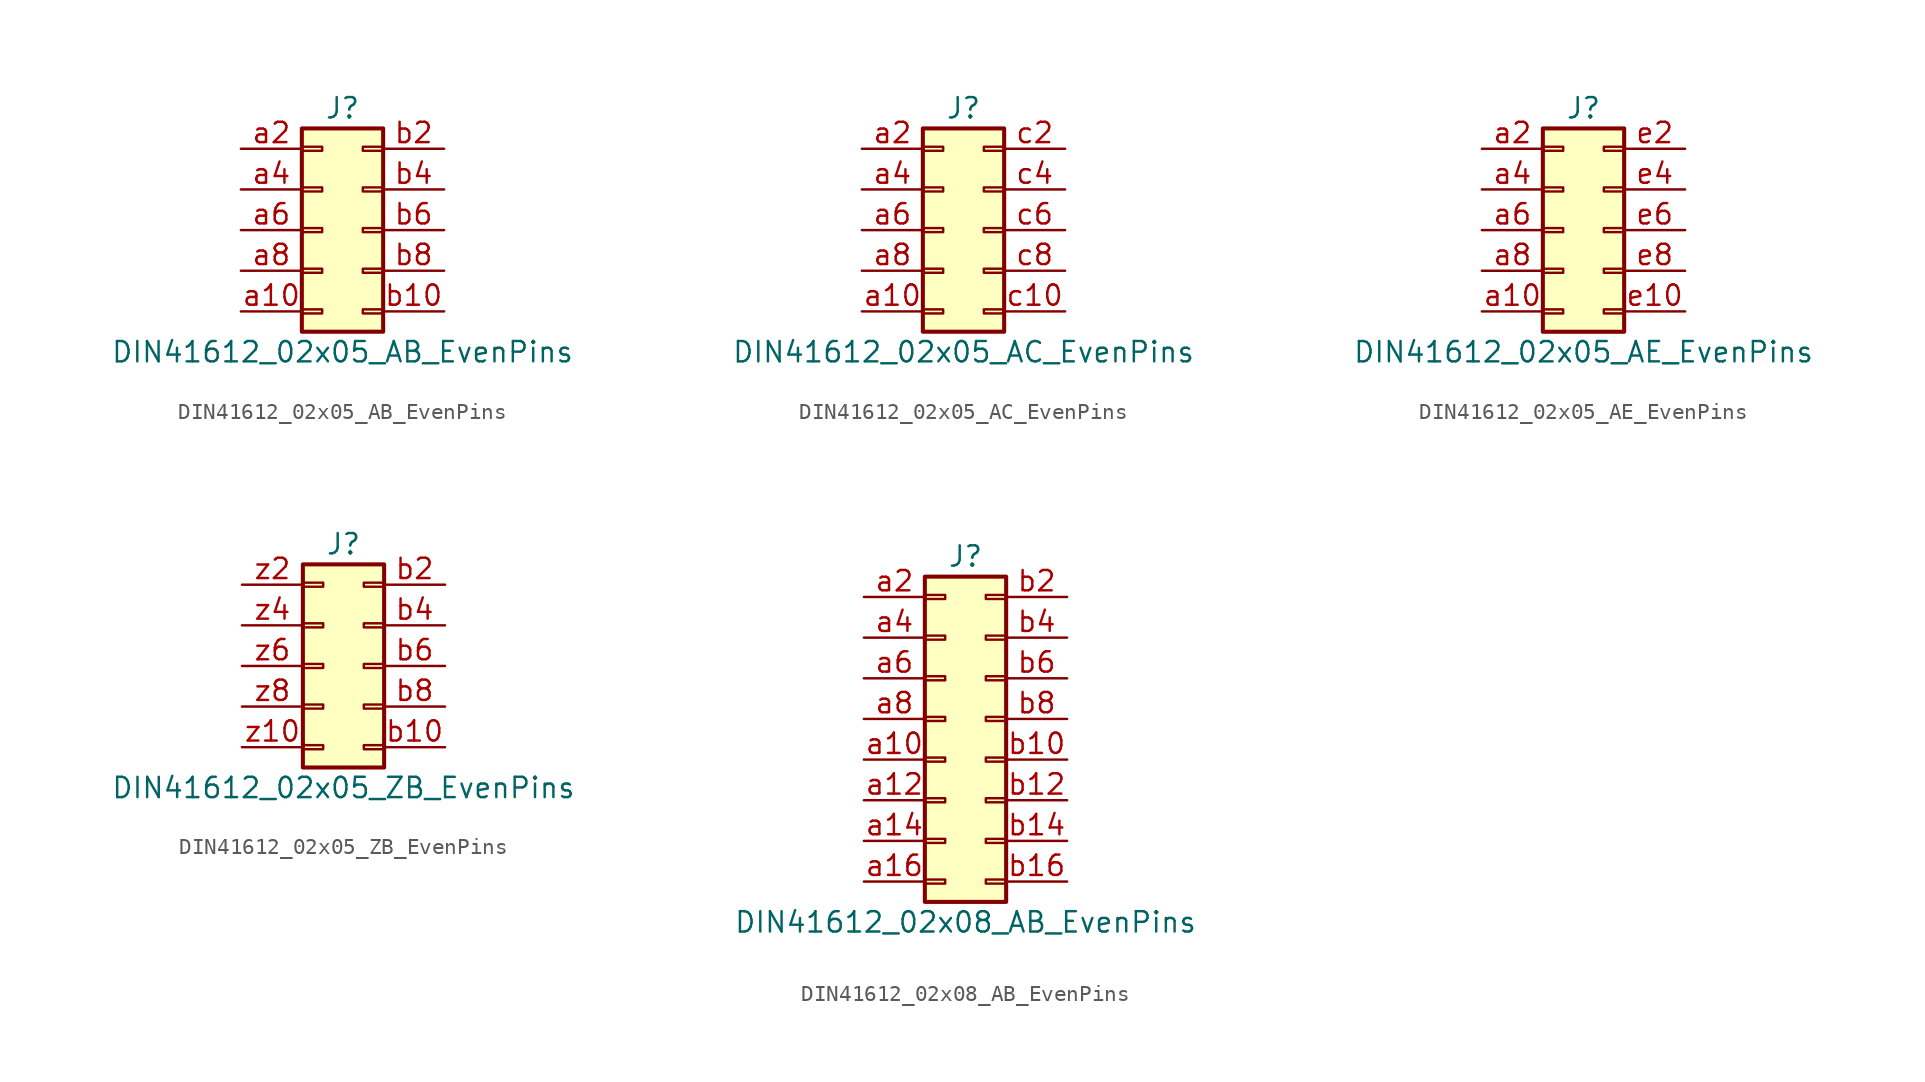
<source format=kicad_sym>
(kicad_symbol_lib
  (version 20201005)
  (generator kicad_symbol_editor)
  (symbol "Connector:DIN41612_02x05_AB_EvenPins"
    (pin_names
      (offset 1.016) hide)
    (property "Reference" "J"
      (at 1.27 7.62 0)
      (effects (font (size 1.27 1.27))))
    (property "Value" "DIN41612_02x05_AB_EvenPins"
      (at 1.27 -7.62 0)
      (effects (font (size 1.27 1.27))))
    (symbol "DIN41612_02x05_AB_EvenPins_1_1"
      (rectangle (start -1.27 -4.953) (end 0 -5.207) (stroke (width 0.152)) (fill (type none)))
      (rectangle (start -1.27 -2.413) (end 0 -2.667) (stroke (width 0.152)) (fill (type none)))
      (rectangle (start -1.27 0.127) (end 0 -0.127) (stroke (width 0.152)) (fill (type none)))
      (rectangle (start -1.27 2.667) (end 0 2.413) (stroke (width 0.152)) (fill (type none)))
      (rectangle (start -1.27 5.207) (end 0 4.953) (stroke (width 0.152)) (fill (type none)))
      (rectangle (start 3.81 -4.953) (end 2.54 -5.207) (stroke (width 0.152)) (fill (type none)))
      (rectangle (start 3.81 -2.413) (end 2.54 -2.667) (stroke (width 0.152)) (fill (type none)))
      (rectangle (start 3.81 0.127) (end 2.54 -0.127) (stroke (width 0.152)) (fill (type none)))
      (rectangle (start 3.81 2.667) (end 2.54 2.413) (stroke (width 0.152)) (fill (type none)))
      (rectangle (start 3.81 5.207) (end 2.54 4.953) (stroke (width 0.152)) (fill (type none)))
      (rectangle (start -1.27 6.35) (end 3.81 -6.35) (stroke (width 0.254)) (fill (type background)))
      (pin passive line (at -5.08 -5.08 0) (length 3.81) (name "Pin_a10" (effects (font (size 1.27 1.27)))) (number "a10" (effects (font (size 1.27 1.27)))))
      (pin passive line (at -5.08 5.08 0) (length 3.81) (name "Pin_a2" (effects (font (size 1.27 1.27)))) (number "a2" (effects (font (size 1.27 1.27)))))
      (pin passive line (at -5.08 2.54 0) (length 3.81) (name "Pin_a4" (effects (font (size 1.27 1.27)))) (number "a4" (effects (font (size 1.27 1.27)))))
      (pin passive line (at -5.08 0 0) (length 3.81) (name "Pin_a6" (effects (font (size 1.27 1.27)))) (number "a6" (effects (font (size 1.27 1.27)))))
      (pin passive line (at -5.08 -2.54 0) (length 3.81) (name "Pin_a8" (effects (font (size 1.27 1.27)))) (number "a8" (effects (font (size 1.27 1.27)))))
      (pin passive line (at 7.62 -5.08 180) (length 3.81) (name "Pin_b10" (effects (font (size 1.27 1.27)))) (number "b10" (effects (font (size 1.27 1.27)))))
      (pin passive line (at 7.62 5.08 180) (length 3.81) (name "Pin_b2" (effects (font (size 1.27 1.27)))) (number "b2" (effects (font (size 1.27 1.27)))))
      (pin passive line (at 7.62 2.54 180) (length 3.81) (name "Pin_b4" (effects (font (size 1.27 1.27)))) (number "b4" (effects (font (size 1.27 1.27)))))
      (pin passive line (at 7.62 0 180) (length 3.81) (name "Pin_b6" (effects (font (size 1.27 1.27)))) (number "b6" (effects (font (size 1.27 1.27)))))
      (pin passive line (at 7.62 -2.54 180) (length 3.81) (name "Pin_b8" (effects (font (size 1.27 1.27)))) (number "b8" (effects (font (size 1.27 1.27)))))))
  (symbol "Connector:DIN41612_02x05_AC_EvenPins"
    (pin_names
      (offset 1.016) hide)
    (property "Reference" "J"
      (at 1.27 7.62 0)
      (effects (font (size 1.27 1.27))))
    (property "Value" "DIN41612_02x05_AC_EvenPins"
      (at 1.27 -7.62 0)
      (effects (font (size 1.27 1.27))))
    (symbol "DIN41612_02x05_AC_EvenPins_1_1"
      (rectangle (start -1.27 -4.953) (end 0 -5.207) (stroke (width 0.152)) (fill (type none)))
      (rectangle (start -1.27 -2.413) (end 0 -2.667) (stroke (width 0.152)) (fill (type none)))
      (rectangle (start -1.27 0.127) (end 0 -0.127) (stroke (width 0.152)) (fill (type none)))
      (rectangle (start -1.27 2.667) (end 0 2.413) (stroke (width 0.152)) (fill (type none)))
      (rectangle (start -1.27 5.207) (end 0 4.953) (stroke (width 0.152)) (fill (type none)))
      (rectangle (start 3.81 -4.953) (end 2.54 -5.207) (stroke (width 0.152)) (fill (type none)))
      (rectangle (start 3.81 -2.413) (end 2.54 -2.667) (stroke (width 0.152)) (fill (type none)))
      (rectangle (start 3.81 0.127) (end 2.54 -0.127) (stroke (width 0.152)) (fill (type none)))
      (rectangle (start 3.81 2.667) (end 2.54 2.413) (stroke (width 0.152)) (fill (type none)))
      (rectangle (start 3.81 5.207) (end 2.54 4.953) (stroke (width 0.152)) (fill (type none)))
      (rectangle (start -1.27 6.35) (end 3.81 -6.35) (stroke (width 0.254)) (fill (type background)))
      (pin passive line (at -5.08 -5.08 0) (length 3.81) (name "Pin_a10" (effects (font (size 1.27 1.27)))) (number "a10" (effects (font (size 1.27 1.27)))))
      (pin passive line (at -5.08 5.08 0) (length 3.81) (name "Pin_a2" (effects (font (size 1.27 1.27)))) (number "a2" (effects (font (size 1.27 1.27)))))
      (pin passive line (at -5.08 2.54 0) (length 3.81) (name "Pin_a4" (effects (font (size 1.27 1.27)))) (number "a4" (effects (font (size 1.27 1.27)))))
      (pin passive line (at -5.08 0 0) (length 3.81) (name "Pin_a6" (effects (font (size 1.27 1.27)))) (number "a6" (effects (font (size 1.27 1.27)))))
      (pin passive line (at -5.08 -2.54 0) (length 3.81) (name "Pin_a8" (effects (font (size 1.27 1.27)))) (number "a8" (effects (font (size 1.27 1.27)))))
      (pin passive line (at 7.62 -5.08 180) (length 3.81) (name "Pin_c10" (effects (font (size 1.27 1.27)))) (number "c10" (effects (font (size 1.27 1.27)))))
      (pin passive line (at 7.62 5.08 180) (length 3.81) (name "Pin_c2" (effects (font (size 1.27 1.27)))) (number "c2" (effects (font (size 1.27 1.27)))))
      (pin passive line (at 7.62 2.54 180) (length 3.81) (name "Pin_c4" (effects (font (size 1.27 1.27)))) (number "c4" (effects (font (size 1.27 1.27)))))
      (pin passive line (at 7.62 0 180) (length 3.81) (name "Pin_c6" (effects (font (size 1.27 1.27)))) (number "c6" (effects (font (size 1.27 1.27)))))
      (pin passive line (at 7.62 -2.54 180) (length 3.81) (name "Pin_c8" (effects (font (size 1.27 1.27)))) (number "c8" (effects (font (size 1.27 1.27)))))))
  (symbol "Connector:DIN41612_02x05_AE_EvenPins"
    (pin_names
      (offset 1.016) hide)
    (property "Reference" "J"
      (at 1.27 7.62 0)
      (effects (font (size 1.27 1.27))))
    (property "Value" "DIN41612_02x05_AE_EvenPins"
      (at 1.27 -7.62 0)
      (effects (font (size 1.27 1.27))))
    (symbol "DIN41612_02x05_AE_EvenPins_1_1"
      (rectangle (start -1.27 -4.953) (end 0 -5.207) (stroke (width 0.152)) (fill (type none)))
      (rectangle (start -1.27 -2.413) (end 0 -2.667) (stroke (width 0.152)) (fill (type none)))
      (rectangle (start -1.27 0.127) (end 0 -0.127) (stroke (width 0.152)) (fill (type none)))
      (rectangle (start -1.27 2.667) (end 0 2.413) (stroke (width 0.152)) (fill (type none)))
      (rectangle (start -1.27 5.207) (end 0 4.953) (stroke (width 0.152)) (fill (type none)))
      (rectangle (start 3.81 -4.953) (end 2.54 -5.207) (stroke (width 0.152)) (fill (type none)))
      (rectangle (start 3.81 -2.413) (end 2.54 -2.667) (stroke (width 0.152)) (fill (type none)))
      (rectangle (start 3.81 0.127) (end 2.54 -0.127) (stroke (width 0.152)) (fill (type none)))
      (rectangle (start 3.81 2.667) (end 2.54 2.413) (stroke (width 0.152)) (fill (type none)))
      (rectangle (start 3.81 5.207) (end 2.54 4.953) (stroke (width 0.152)) (fill (type none)))
      (rectangle (start -1.27 6.35) (end 3.81 -6.35) (stroke (width 0.254)) (fill (type background)))
      (pin passive line (at -5.08 -5.08 0) (length 3.81) (name "Pin_a10" (effects (font (size 1.27 1.27)))) (number "a10" (effects (font (size 1.27 1.27)))))
      (pin passive line (at -5.08 5.08 0) (length 3.81) (name "Pin_a2" (effects (font (size 1.27 1.27)))) (number "a2" (effects (font (size 1.27 1.27)))))
      (pin passive line (at -5.08 2.54 0) (length 3.81) (name "Pin_a4" (effects (font (size 1.27 1.27)))) (number "a4" (effects (font (size 1.27 1.27)))))
      (pin passive line (at -5.08 0 0) (length 3.81) (name "Pin_a6" (effects (font (size 1.27 1.27)))) (number "a6" (effects (font (size 1.27 1.27)))))
      (pin passive line (at -5.08 -2.54 0) (length 3.81) (name "Pin_a8" (effects (font (size 1.27 1.27)))) (number "a8" (effects (font (size 1.27 1.27)))))
      (pin passive line (at 7.62 -5.08 180) (length 3.81) (name "Pin_e10" (effects (font (size 1.27 1.27)))) (number "e10" (effects (font (size 1.27 1.27)))))
      (pin passive line (at 7.62 5.08 180) (length 3.81) (name "Pin_e2" (effects (font (size 1.27 1.27)))) (number "e2" (effects (font (size 1.27 1.27)))))
      (pin passive line (at 7.62 2.54 180) (length 3.81) (name "Pin_e4" (effects (font (size 1.27 1.27)))) (number "e4" (effects (font (size 1.27 1.27)))))
      (pin passive line (at 7.62 0 180) (length 3.81) (name "Pin_e6" (effects (font (size 1.27 1.27)))) (number "e6" (effects (font (size 1.27 1.27)))))
      (pin passive line (at 7.62 -2.54 180) (length 3.81) (name "Pin_e8" (effects (font (size 1.27 1.27)))) (number "e8" (effects (font (size 1.27 1.27)))))))
  (symbol "Connector:DIN41612_02x05_ZB_EvenPins"
    (pin_names
      (offset 1.016) hide)
    (property "Reference" "J"
      (at 1.27 7.62 0)
      (effects (font (size 1.27 1.27))))
    (property "Value" "DIN41612_02x05_ZB_EvenPins"
      (at 1.27 -7.62 0)
      (effects (font (size 1.27 1.27))))
    (symbol "DIN41612_02x05_ZB_EvenPins_1_1"
      (rectangle (start -1.27 -4.953) (end 0 -5.207) (stroke (width 0.152)) (fill (type none)))
      (rectangle (start -1.27 -2.413) (end 0 -2.667) (stroke (width 0.152)) (fill (type none)))
      (rectangle (start -1.27 0.127) (end 0 -0.127) (stroke (width 0.152)) (fill (type none)))
      (rectangle (start -1.27 2.667) (end 0 2.413) (stroke (width 0.152)) (fill (type none)))
      (rectangle (start -1.27 5.207) (end 0 4.953) (stroke (width 0.152)) (fill (type none)))
      (rectangle (start 3.81 -4.953) (end 2.54 -5.207) (stroke (width 0.152)) (fill (type none)))
      (rectangle (start 3.81 -2.413) (end 2.54 -2.667) (stroke (width 0.152)) (fill (type none)))
      (rectangle (start 3.81 0.127) (end 2.54 -0.127) (stroke (width 0.152)) (fill (type none)))
      (rectangle (start 3.81 2.667) (end 2.54 2.413) (stroke (width 0.152)) (fill (type none)))
      (rectangle (start 3.81 5.207) (end 2.54 4.953) (stroke (width 0.152)) (fill (type none)))
      (rectangle (start -1.27 6.35) (end 3.81 -6.35) (stroke (width 0.254)) (fill (type background)))
      (pin passive line (at 7.62 -5.08 180) (length 3.81) (name "Pin_b10" (effects (font (size 1.27 1.27)))) (number "b10" (effects (font (size 1.27 1.27)))))
      (pin passive line (at 7.62 5.08 180) (length 3.81) (name "Pin_b2" (effects (font (size 1.27 1.27)))) (number "b2" (effects (font (size 1.27 1.27)))))
      (pin passive line (at 7.62 2.54 180) (length 3.81) (name "Pin_b4" (effects (font (size 1.27 1.27)))) (number "b4" (effects (font (size 1.27 1.27)))))
      (pin passive line (at 7.62 0 180) (length 3.81) (name "Pin_b6" (effects (font (size 1.27 1.27)))) (number "b6" (effects (font (size 1.27 1.27)))))
      (pin passive line (at 7.62 -2.54 180) (length 3.81) (name "Pin_b8" (effects (font (size 1.27 1.27)))) (number "b8" (effects (font (size 1.27 1.27)))))
      (pin passive line (at -5.08 -5.08 0) (length 3.81) (name "Pin_z10" (effects (font (size 1.27 1.27)))) (number "z10" (effects (font (size 1.27 1.27)))))
      (pin passive line (at -5.08 5.08 0) (length 3.81) (name "Pin_z2" (effects (font (size 1.27 1.27)))) (number "z2" (effects (font (size 1.27 1.27)))))
      (pin passive line (at -5.08 2.54 0) (length 3.81) (name "Pin_z4" (effects (font (size 1.27 1.27)))) (number "z4" (effects (font (size 1.27 1.27)))))
      (pin passive line (at -5.08 0 0) (length 3.81) (name "Pin_z6" (effects (font (size 1.27 1.27)))) (number "z6" (effects (font (size 1.27 1.27)))))
      (pin passive line (at -5.08 -2.54 0) (length 3.81) (name "Pin_z8" (effects (font (size 1.27 1.27)))) (number "z8" (effects (font (size 1.27 1.27)))))))
  (symbol "Connector:DIN41612_02x08_AB_EvenPins"
    (pin_names
      (offset 1.016) hide)
    (property "Reference" "J"
      (at 1.27 10.16 0)
      (effects (font (size 1.27 1.27))))
    (property "Value" "DIN41612_02x08_AB_EvenPins"
      (at 1.27 -12.7 0)
      (effects (font (size 1.27 1.27))))
    (symbol "DIN41612_02x08_AB_EvenPins_1_1"
      (rectangle (start -1.27 -10.033) (end 0 -10.287) (stroke (width 0.152)) (fill (type none)))
      (rectangle (start -1.27 -7.493) (end 0 -7.747) (stroke (width 0.152)) (fill (type none)))
      (rectangle (start -1.27 -4.953) (end 0 -5.207) (stroke (width 0.152)) (fill (type none)))
      (rectangle (start -1.27 -2.413) (end 0 -2.667) (stroke (width 0.152)) (fill (type none)))
      (rectangle (start -1.27 0.127) (end 0 -0.127) (stroke (width 0.152)) (fill (type none)))
      (rectangle (start -1.27 2.667) (end 0 2.413) (stroke (width 0.152)) (fill (type none)))
      (rectangle (start -1.27 5.207) (end 0 4.953) (stroke (width 0.152)) (fill (type none)))
      (rectangle (start -1.27 7.747) (end 0 7.493) (stroke (width 0.152)) (fill (type none)))
      (rectangle (start 3.81 -10.033) (end 2.54 -10.287) (stroke (width 0.152)) (fill (type none)))
      (rectangle (start 3.81 -7.493) (end 2.54 -7.747) (stroke (width 0.152)) (fill (type none)))
      (rectangle (start 3.81 -4.953) (end 2.54 -5.207) (stroke (width 0.152)) (fill (type none)))
      (rectangle (start 3.81 -2.413) (end 2.54 -2.667) (stroke (width 0.152)) (fill (type none)))
      (rectangle (start 3.81 0.127) (end 2.54 -0.127) (stroke (width 0.152)) (fill (type none)))
      (rectangle (start 3.81 2.667) (end 2.54 2.413) (stroke (width 0.152)) (fill (type none)))
      (rectangle (start 3.81 5.207) (end 2.54 4.953) (stroke (width 0.152)) (fill (type none)))
      (rectangle (start 3.81 7.747) (end 2.54 7.493) (stroke (width 0.152)) (fill (type none)))
      (rectangle (start -1.27 8.89) (end 3.81 -11.43) (stroke (width 0.254)) (fill (type background)))
      (pin passive line (at -5.08 -2.54 0) (length 3.81) (name "Pin_a10" (effects (font (size 1.27 1.27)))) (number "a10" (effects (font (size 1.27 1.27)))))
      (pin passive line (at -5.08 -5.08 0) (length 3.81) (name "Pin_a12" (effects (font (size 1.27 1.27)))) (number "a12" (effects (font (size 1.27 1.27)))))
      (pin passive line (at -5.08 -7.62 0) (length 3.81) (name "Pin_a14" (effects (font (size 1.27 1.27)))) (number "a14" (effects (font (size 1.27 1.27)))))
      (pin passive line (at -5.08 -10.16 0) (length 3.81) (name "Pin_a16" (effects (font (size 1.27 1.27)))) (number "a16" (effects (font (size 1.27 1.27)))))
      (pin passive line (at -5.08 7.62 0) (length 3.81) (name "Pin_a2" (effects (font (size 1.27 1.27)))) (number "a2" (effects (font (size 1.27 1.27)))))
      (pin passive line (at -5.08 5.08 0) (length 3.81) (name "Pin_a4" (effects (font (size 1.27 1.27)))) (number "a4" (effects (font (size 1.27 1.27)))))
      (pin passive line (at -5.08 2.54 0) (length 3.81) (name "Pin_a6" (effects (font (size 1.27 1.27)))) (number "a6" (effects (font (size 1.27 1.27)))))
      (pin passive line (at -5.08 0 0) (length 3.81) (name "Pin_a8" (effects (font (size 1.27 1.27)))) (number "a8" (effects (font (size 1.27 1.27)))))
      (pin passive line (at 7.62 -2.54 180) (length 3.81) (name "Pin_b10" (effects (font (size 1.27 1.27)))) (number "b10" (effects (font (size 1.27 1.27)))))
      (pin passive line (at 7.62 -5.08 180) (length 3.81) (name "Pin_b12" (effects (font (size 1.27 1.27)))) (number "b12" (effects (font (size 1.27 1.27)))))
      (pin passive line (at 7.62 -7.62 180) (length 3.81) (name "Pin_b14" (effects (font (size 1.27 1.27)))) (number "b14" (effects (font (size 1.27 1.27)))))
      (pin passive line (at 7.62 -10.16 180) (length 3.81) (name "Pin_b16" (effects (font (size 1.27 1.27)))) (number "b16" (effects (font (size 1.27 1.27)))))
      (pin passive line (at 7.62 7.62 180) (length 3.81) (name "Pin_b2" (effects (font (size 1.27 1.27)))) (number "b2" (effects (font (size 1.27 1.27)))))
      (pin passive line (at 7.62 5.08 180) (length 3.81) (name "Pin_b4" (effects (font (size 1.27 1.27)))) (number "b4" (effects (font (size 1.27 1.27)))))
      (pin passive line (at 7.62 2.54 180) (length 3.81) (name "Pin_b6" (effects (font (size 1.27 1.27)))) (number "b6" (effects (font (size 1.27 1.27)))))
      (pin passive line (at 7.62 0 180) (length 3.81) (name "Pin_b8" (effects (font (size 1.27 1.27)))) (number "b8" (effects (font (size 1.27 1.27))))))))
</source>
